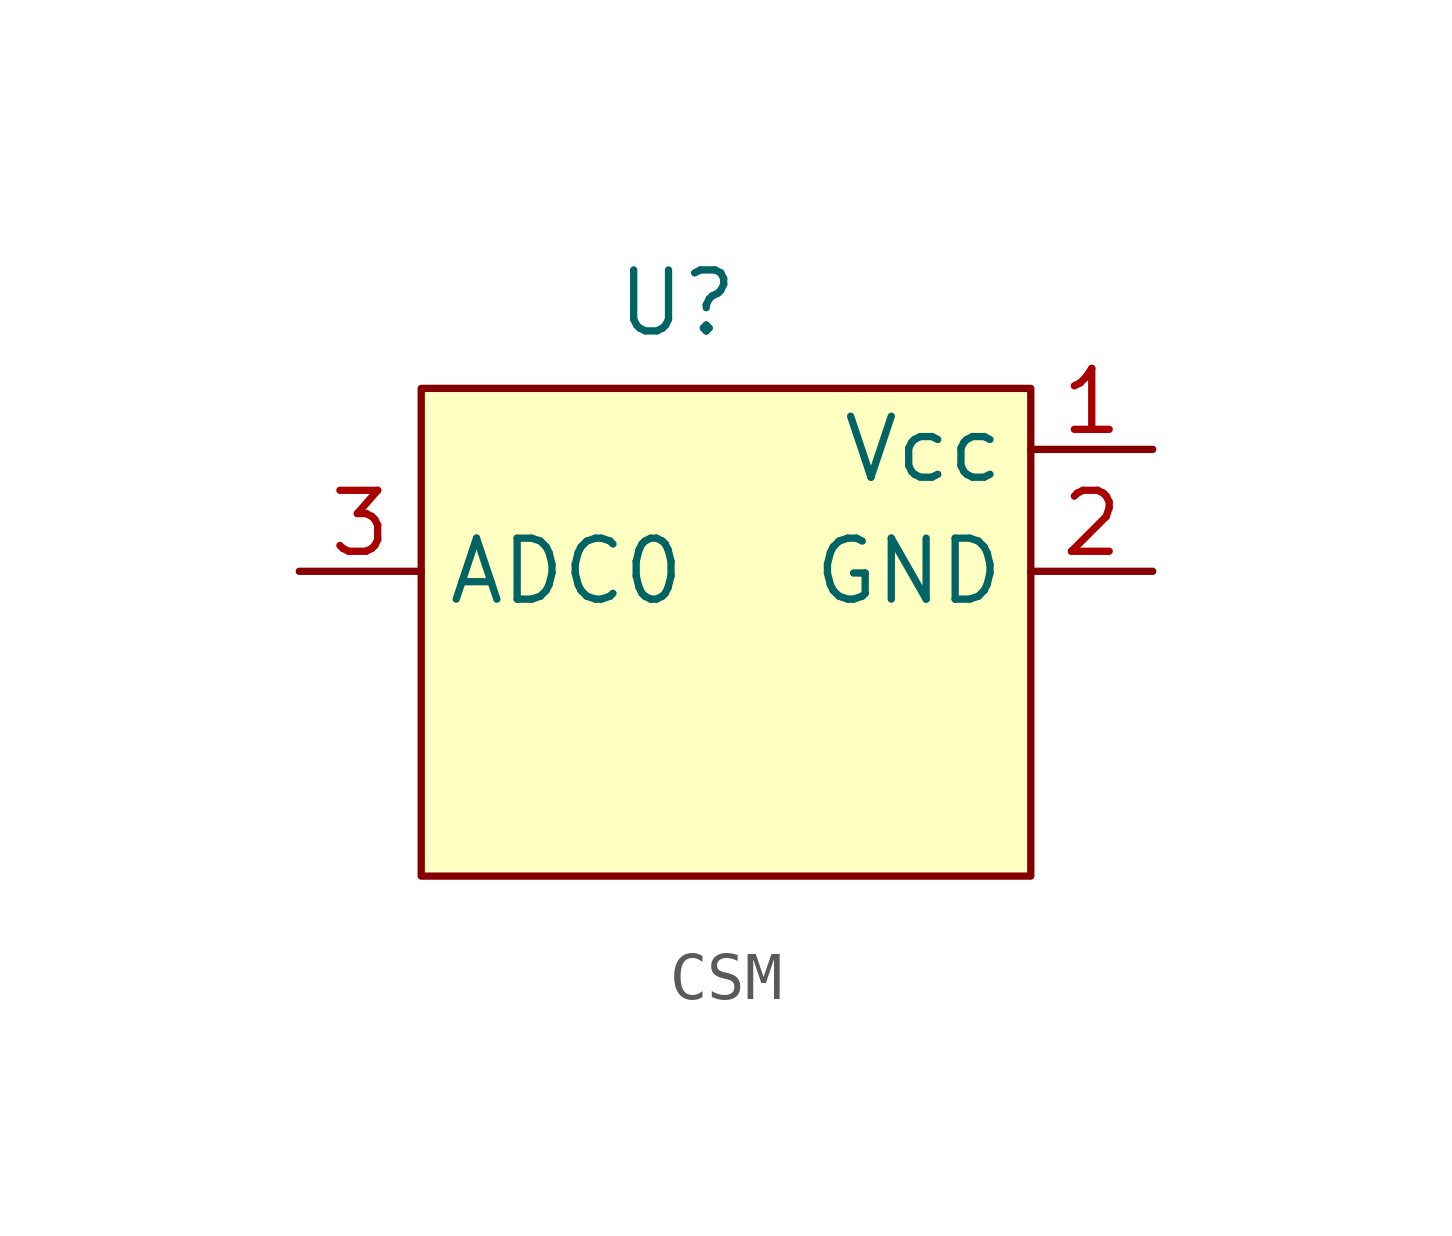
<source format=kicad_sym>
(kicad_symbol_lib
  (version 20231120)
  (generator "kicad_symbol_editor")
  (generator_version "8.0")
  (symbol "CSM"
    (property "Reference" "U"
      (at -6.096 0.508 0)
      (effects (font (size 1.27 1.27))))
    (property "Value" ""
      (at 0 0 0)
      (effects (font (size 1.27 1.27))))
    (symbol "CSM_1_1"
      (rectangle (start -11.43 -1.27) (end 1.27 -11.43) (stroke (width 0) (type default)) (fill (type background)))
      (pin power_in line (at 3.81 -2.54 180) (length 2.54) (name "Vcc" (effects (font (size 1.27 1.27)))) (number "1" (effects (font (size 1.27 1.27)))))
      (pin power_in line (at 3.81 -5.08 180) (length 2.54) (name "GND" (effects (font (size 1.27 1.27)))) (number "2" (effects (font (size 1.27 1.27)))))
      (pin bidirectional line (at -13.97 -5.08 0) (length 2.54) (name "ADC0" (effects (font (size 1.27 1.27)))) (number "3" (effects (font (size 1.27 1.27))))))))
</source>
